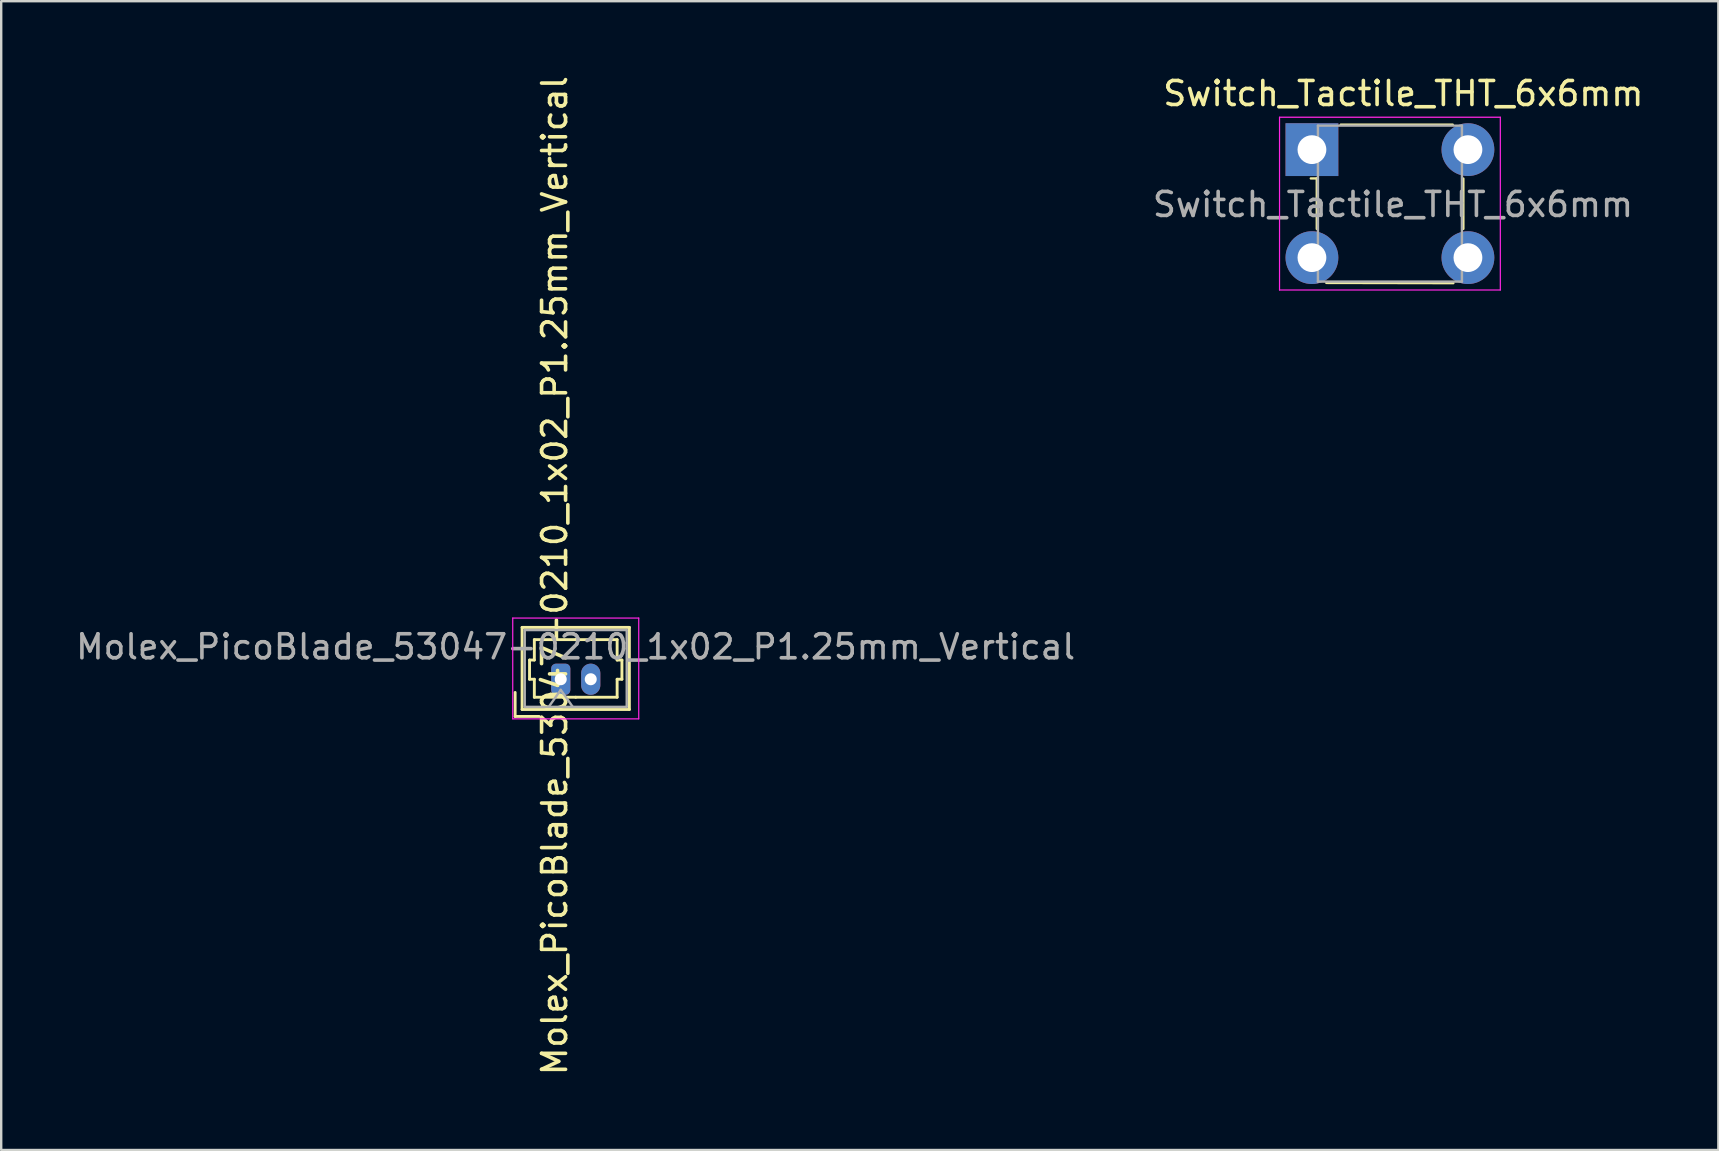
<source format=kicad_pcb>
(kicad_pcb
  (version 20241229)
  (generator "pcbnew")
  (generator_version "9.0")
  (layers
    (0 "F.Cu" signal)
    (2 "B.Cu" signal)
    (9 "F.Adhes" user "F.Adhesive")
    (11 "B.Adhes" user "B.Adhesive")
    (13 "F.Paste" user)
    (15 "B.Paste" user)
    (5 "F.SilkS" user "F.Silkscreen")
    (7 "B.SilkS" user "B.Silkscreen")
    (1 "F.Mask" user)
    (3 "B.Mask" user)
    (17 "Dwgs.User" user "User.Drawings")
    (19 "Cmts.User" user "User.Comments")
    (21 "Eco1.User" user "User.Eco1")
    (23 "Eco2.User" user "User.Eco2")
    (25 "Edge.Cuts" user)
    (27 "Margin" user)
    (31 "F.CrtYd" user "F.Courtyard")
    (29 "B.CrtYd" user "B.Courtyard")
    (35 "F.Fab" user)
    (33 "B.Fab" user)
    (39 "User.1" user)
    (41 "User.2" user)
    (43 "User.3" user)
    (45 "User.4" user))
  (footprint "Molex_PicoBlade_53047-0210_1x02_P1.25mm_Vertical"
    (layer "F.Cu")
    (at 20.315 25.253)
    (property "Reference" "Molex_PicoBlade_53047-0210_1x02_P1.25mm_Vertical" (at -0.254 -4.318 90) (layer "F.SilkS") (effects (font (size 1 1) (thickness 0.15))))
    (attr through_hole)
    (fp_line (start -1.9 1.55) (end -1.9 0.55) (stroke (width 0.12) (type solid)) (layer "F.SilkS"))
    (fp_line (start -1.9 1.55) (end -0.9 1.55) (stroke (width 0.12) (type solid)) (layer "F.SilkS"))
    (fp_line (start -1.61 -2.16) (end -1.61 1.26) (stroke (width 0.12) (type solid)) (layer "F.SilkS"))
    (fp_line (start -1.61 1.26) (end 2.86 1.26) (stroke (width 0.12) (type solid)) (layer "F.SilkS"))
    (fp_line (start -1.3 -0.8) (end -1.1 -0.8) (stroke (width 0.12) (type solid)) (layer "F.SilkS"))
    (fp_line (start -1.3 0) (end -1.3 -0.8) (stroke (width 0.12) (type solid)) (layer "F.SilkS"))
    (fp_line (start -1.1 -1.65) (end 0.625 -1.65) (stroke (width 0.12) (type solid)) (layer "F.SilkS"))
    (fp_line (start -1.1 -0.8) (end -1.1 -1.65) (stroke (width 0.12) (type solid)) (layer "F.SilkS"))
    (fp_line (start -1.1 0) (end -1.3 0) (stroke (width 0.12) (type solid)) (layer "F.SilkS"))
    (fp_line (start -1.1 0.75) (end -1.1 0) (stroke (width 0.12) (type solid)) (layer "F.SilkS"))
    (fp_line (start 0.625 0.75) (end -1.1 0.75) (stroke (width 0.12) (type solid)) (layer "F.SilkS"))
    (fp_line (start 0.625 0.75) (end 2.35 0.75) (stroke (width 0.12) (type solid)) (layer "F.SilkS"))
    (fp_line (start 2.35 -1.65) (end 0.625 -1.65) (stroke (width 0.12) (type solid)) (layer "F.SilkS"))
    (fp_line (start 2.35 -0.8) (end 2.35 -1.65) (stroke (width 0.12) (type solid)) (layer "F.SilkS"))
    (fp_line (start 2.35 0) (end 2.55 0) (stroke (width 0.12) (type solid)) (layer "F.SilkS"))
    (fp_line (start 2.35 0.75) (end 2.35 0) (stroke (width 0.12) (type solid)) (layer "F.SilkS"))
    (fp_line (start 2.55 -0.8) (end 2.35 -0.8) (stroke (width 0.12) (type solid)) (layer "F.SilkS"))
    (fp_line (start 2.55 0) (end 2.55 -0.8) (stroke (width 0.12) (type solid)) (layer "F.SilkS"))
    (fp_line (start 2.86 -2.16) (end -1.61 -2.16) (stroke (width 0.12) (type solid)) (layer "F.SilkS"))
    (fp_line (start 2.86 1.26) (end 2.86 -2.16) (stroke (width 0.12) (type solid)) (layer "F.SilkS"))
    (fp_line (start -2 -2.55) (end -2 1.65) (stroke (width 0.05) (type solid)) (layer "F.CrtYd"))
    (fp_line (start -2 1.65) (end 3.25 1.65) (stroke (width 0.05) (type solid)) (layer "F.CrtYd"))
    (fp_line (start 3.25 -2.55) (end -2 -2.55) (stroke (width 0.05) (type solid)) (layer "F.CrtYd"))
    (fp_line (start 3.25 1.65) (end 3.25 -2.55) (stroke (width 0.05) (type solid)) (layer "F.CrtYd"))
    (fp_line (start -1.5 -2.05) (end -1.5 1.15) (stroke (width 0.1) (type solid)) (layer "F.Fab"))
    (fp_line (start -1.5 1.15) (end 2.75 1.15) (stroke (width 0.1) (type solid)) (layer "F.Fab"))
    (fp_line (start -0.5 1.15) (end 0 0.443) (stroke (width 0.1) (type solid)) (layer "F.Fab"))
    (fp_line (start 0 0.443) (end 0.5 1.15) (stroke (width 0.1) (type solid)) (layer "F.Fab"))
    (fp_line (start 2.75 -2.05) (end -1.5 -2.05) (stroke (width 0.1) (type solid)) (layer "F.Fab"))
    (fp_line (start 2.75 1.15) (end 2.75 -2.05) (stroke (width 0.1) (type solid)) (layer "F.Fab"))
    (fp_text user "${REFERENCE}" (at 0.62 -1.35 0) (layer "F.Fab") (effects (font (size 1 1) (thickness 0.15))))
    (pad "1" thru_hole roundrect (at 0 0) (size 0.8 1.3) (drill 0.5) (layers "*.Cu" "*.Mask") (roundrect_rratio 0.25))
    (pad "2" thru_hole oval (at 1.25 0) (size 0.8 1.3) (drill 0.5) (layers "*.Cu" "*.Mask")))
  (footprint "Switch_Tactile_THT_6x6mm"
    (layer "F.Cu")
    (at 51.616 3.185)
    (property "Reference" "Switch_Tactile_THT_6x6mm" (at 3.81 -2.337 180) (layer "F.SilkS") (effects (font (size 1 1) (thickness 0.15))))
    (attr through_hole)
    (fp_line (start 0.203 1.194) (end 0.203 3.302) (stroke (width 0.1) (type solid)) (layer "F.SilkS"))
    (fp_line (start 0.203 1.2) (end -0.047 1.2) (stroke (width 0.1) (type solid)) (layer "F.SilkS"))
    (fp_line (start 1.2 -1.041) (end 5.867 -1.041) (stroke (width 0.1) (type solid)) (layer "F.SilkS"))
    (fp_line (start 5.893 5.563) (end 0.6 5.553) (stroke (width 0.1) (type solid)) (layer "F.SilkS"))
    (fp_line (start 6.309 1.205) (end 6.309 3.3) (stroke (width 0.1) (type solid)) (layer "F.SilkS"))
    (fp_line (start -1.35 -1.35) (end -1.35 5.85) (stroke (width 0.05) (type solid)) (layer "F.CrtYd"))
    (fp_line (start 7.85 -1.35) (end -1.35 -1.35) (stroke (width 0.05) (type solid)) (layer "F.CrtYd"))
    (fp_line (start 7.85 -1.35) (end 7.85 5.85) (stroke (width 0.05) (type solid)) (layer "F.CrtYd"))
    (fp_line (start 7.85 5.85) (end -1.35 5.85) (stroke (width 0.05) (type solid)) (layer "F.CrtYd"))
    (fp_line (start 0.25 -1) (end 0.25 5.5) (stroke (width 0.1) (type solid)) (layer "F.Fab"))
    (fp_line (start 0.25 -1) (end 6.25 -1) (stroke (width 0.1) (type solid)) (layer "F.Fab"))
    (fp_line (start 6.25 -1) (end 6.25 5.5) (stroke (width 0.1) (type solid)) (layer "F.Fab"))
    (fp_line (start 6.25 5.5) (end 0.25 5.5) (stroke (width 0.1) (type solid)) (layer "F.Fab"))
    (fp_text user "${REFERENCE}" (at 3.378 2.286 180) (layer "F.Fab") (effects (font (size 1 1) (thickness 0.15))))
    (pad "1" thru_hole rect (at 0 0) (size 2.2 2.2) (drill 1.2) (layers "*.Cu" "*.Mask"))
    (pad "2" thru_hole circle (at 6.5 0) (size 2.2 2.2) (drill 1.2) (layers "*.Cu" "*.Mask"))
    (pad "3" thru_hole circle (at 0 4.5) (size 2.2 2.2) (drill 1.2) (layers "*.Cu" "*.Mask"))
    (pad "4" thru_hole circle (at 6.5 4.5) (size 2.2 2.2) (drill 1.2) (layers "*.Cu" "*.Mask")))
  (gr_rect
    (start -3 -3)
    (end 68.551 44.869)
    (stroke (width 0.1) (type default))
    (fill no)
    (layer "Edge.Cuts")))
</source>
